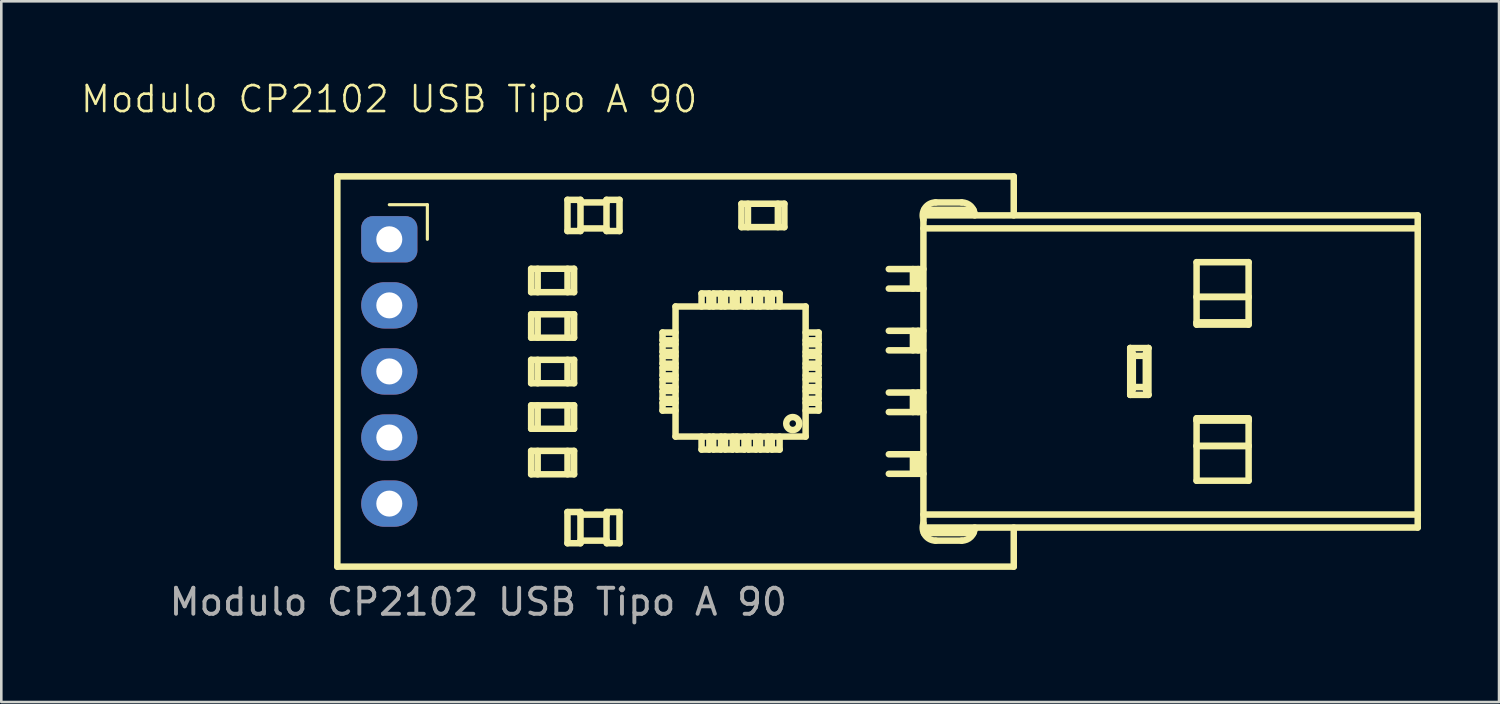
<source format=kicad_pcb>
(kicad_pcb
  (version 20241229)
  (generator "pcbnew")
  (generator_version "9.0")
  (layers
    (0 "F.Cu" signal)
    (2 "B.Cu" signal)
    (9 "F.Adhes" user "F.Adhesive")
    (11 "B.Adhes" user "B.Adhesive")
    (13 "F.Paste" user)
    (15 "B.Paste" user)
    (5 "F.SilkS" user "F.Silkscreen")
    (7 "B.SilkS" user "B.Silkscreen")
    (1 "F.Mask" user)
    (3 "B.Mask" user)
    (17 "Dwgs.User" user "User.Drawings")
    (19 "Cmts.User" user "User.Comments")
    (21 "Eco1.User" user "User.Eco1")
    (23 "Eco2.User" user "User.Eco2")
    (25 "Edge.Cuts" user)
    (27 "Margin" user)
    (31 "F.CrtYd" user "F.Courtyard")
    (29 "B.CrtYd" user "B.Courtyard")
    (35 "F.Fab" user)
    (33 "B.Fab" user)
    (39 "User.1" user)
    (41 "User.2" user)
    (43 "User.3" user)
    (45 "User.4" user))
  (footprint "Modulo CP2102 USB Tipo A 90"
    (layer "F.Cu")
    (at 21.577 1.371)
    (property "Reference" "Modulo CP2102 USB Tipo A 90" (at -9.67 -0.61 0) (unlocked yes) (layer "F.SilkS") (effects (font (size 1 1) (thickness 0.1))))
    (attr through_hole)
    (fp_line (start -11.66 2.36) (end -11.66 17.36) (stroke (width 0.25) (type solid)) (layer "F.SilkS"))
    (fp_line (start -11.66 17.36) (end 14.34 17.36) (stroke (width 0.25) (type solid)) (layer "F.SilkS"))
    (fp_line (start -9.663 3.447) (end -8.2 3.447) (stroke (width 0.12) (type solid)) (layer "F.SilkS"))
    (fp_line (start -8.2 3.447) (end -8.2 4.777) (stroke (width 0.12) (type solid)) (layer "F.SilkS"))
    (fp_line (start -4.21 5.91) (end -4.21 6.81) (stroke (width 0.25) (type solid)) (layer "F.SilkS"))
    (fp_line (start -4.21 7.66) (end -4.21 8.56) (stroke (width 0.25) (type solid)) (layer "F.SilkS"))
    (fp_line (start -4.21 9.41) (end -4.21 10.31) (stroke (width 0.25) (type solid)) (layer "F.SilkS"))
    (fp_line (start -4.21 11.16) (end -4.21 12.06) (stroke (width 0.25) (type solid)) (layer "F.SilkS"))
    (fp_line (start -4.21 12.91) (end -4.21 13.81) (stroke (width 0.25) (type solid)) (layer "F.SilkS"))
    (fp_line (start -3.96 5.91) (end -3.96 6.81) (stroke (width 0.25) (type solid)) (layer "F.SilkS"))
    (fp_line (start -3.96 7.66) (end -3.96 8.56) (stroke (width 0.25) (type solid)) (layer "F.SilkS"))
    (fp_line (start -3.96 9.41) (end -3.96 10.31) (stroke (width 0.25) (type solid)) (layer "F.SilkS"))
    (fp_line (start -3.96 11.16) (end -3.96 12.06) (stroke (width 0.25) (type solid)) (layer "F.SilkS"))
    (fp_line (start -3.96 12.91) (end -3.96 13.81) (stroke (width 0.25) (type solid)) (layer "F.SilkS"))
    (fp_line (start -2.814 3.26) (end -2.814 4.46) (stroke (width 0.25) (type solid)) (layer "F.SilkS"))
    (fp_line (start -2.814 4.46) (end -2.314 4.46) (stroke (width 0.25) (type solid)) (layer "F.SilkS"))
    (fp_line (start -2.814 15.26) (end -2.814 16.46) (stroke (width 0.25) (type solid)) (layer "F.SilkS"))
    (fp_line (start -2.814 16.46) (end -2.314 16.46) (stroke (width 0.25) (type solid)) (layer "F.SilkS"))
    (fp_line (start -2.812 5.91) (end -2.812 6.81) (stroke (width 0.25) (type solid)) (layer "F.SilkS"))
    (fp_line (start -2.812 7.66) (end -2.812 8.56) (stroke (width 0.25) (type solid)) (layer "F.SilkS"))
    (fp_line (start -2.812 9.41) (end -2.812 10.31) (stroke (width 0.25) (type solid)) (layer "F.SilkS"))
    (fp_line (start -2.812 11.16) (end -2.812 12.06) (stroke (width 0.25) (type solid)) (layer "F.SilkS"))
    (fp_line (start -2.812 12.91) (end -2.812 13.81) (stroke (width 0.25) (type solid)) (layer "F.SilkS"))
    (fp_line (start -2.56 5.91) (end -4.21 5.91) (stroke (width 0.25) (type solid)) (layer "F.SilkS"))
    (fp_line (start -2.56 5.91) (end -2.56 6.81) (stroke (width 0.25) (type solid)) (layer "F.SilkS"))
    (fp_line (start -2.56 6.81) (end -4.21 6.81) (stroke (width 0.25) (type solid)) (layer "F.SilkS"))
    (fp_line (start -2.56 7.66) (end -4.21 7.66) (stroke (width 0.25) (type solid)) (layer "F.SilkS"))
    (fp_line (start -2.56 7.66) (end -2.56 8.56) (stroke (width 0.25) (type solid)) (layer "F.SilkS"))
    (fp_line (start -2.56 8.56) (end -4.21 8.56) (stroke (width 0.25) (type solid)) (layer "F.SilkS"))
    (fp_line (start -2.56 9.41) (end -4.21 9.41) (stroke (width 0.25) (type solid)) (layer "F.SilkS"))
    (fp_line (start -2.56 9.41) (end -2.56 10.31) (stroke (width 0.25) (type solid)) (layer "F.SilkS"))
    (fp_line (start -2.56 10.31) (end -4.21 10.31) (stroke (width 0.25) (type solid)) (layer "F.SilkS"))
    (fp_line (start -2.56 11.16) (end -4.21 11.16) (stroke (width 0.25) (type solid)) (layer "F.SilkS"))
    (fp_line (start -2.56 11.16) (end -2.56 12.06) (stroke (width 0.25) (type solid)) (layer "F.SilkS"))
    (fp_line (start -2.56 12.06) (end -4.21 12.06) (stroke (width 0.25) (type solid)) (layer "F.SilkS"))
    (fp_line (start -2.56 12.91) (end -4.21 12.91) (stroke (width 0.25) (type solid)) (layer "F.SilkS"))
    (fp_line (start -2.56 12.91) (end -2.56 13.81) (stroke (width 0.25) (type solid)) (layer "F.SilkS"))
    (fp_line (start -2.56 13.81) (end -4.21 13.81) (stroke (width 0.25) (type solid)) (layer "F.SilkS"))
    (fp_line (start -2.314 3.26) (end -2.814 3.26) (stroke (width 0.25) (type solid)) (layer "F.SilkS"))
    (fp_line (start -2.314 3.26) (end -2.314 4.46) (stroke (width 0.25) (type solid)) (layer "F.SilkS"))
    (fp_line (start -2.314 15.26) (end -2.814 15.26) (stroke (width 0.25) (type solid)) (layer "F.SilkS"))
    (fp_line (start -2.314 15.26) (end -2.314 16.46) (stroke (width 0.25) (type solid)) (layer "F.SilkS"))
    (fp_line (start -1.314 3.26) (end -1.314 4.46) (stroke (width 0.25) (type solid)) (layer "F.SilkS"))
    (fp_line (start -1.314 3.36) (end -2.314 3.36) (stroke (width 0.25) (type solid)) (layer "F.SilkS"))
    (fp_line (start -1.314 4.36) (end -2.314 4.36) (stroke (width 0.25) (type solid)) (layer "F.SilkS"))
    (fp_line (start -1.314 4.46) (end -0.814 4.46) (stroke (width 0.25) (type solid)) (layer "F.SilkS"))
    (fp_line (start -1.314 15.36) (end -1.314 16.36) (stroke (width 0.25) (type solid)) (layer "F.SilkS"))
    (fp_line (start -1.305 15.26) (end -1.305 15.36) (stroke (width 0.25) (type solid)) (layer "F.SilkS"))
    (fp_line (start -1.305 15.36) (end -2.314 15.36) (stroke (width 0.25) (type solid)) (layer "F.SilkS"))
    (fp_line (start -1.305 16.36) (end -2.314 16.36) (stroke (width 0.25) (type solid)) (layer "F.SilkS"))
    (fp_line (start -1.305 16.36) (end -1.305 16.46) (stroke (width 0.25) (type solid)) (layer "F.SilkS"))
    (fp_line (start -1.305 16.46) (end -0.814 16.46) (stroke (width 0.25) (type solid)) (layer "F.SilkS"))
    (fp_line (start -0.814 3.26) (end -1.314 3.26) (stroke (width 0.25) (type solid)) (layer "F.SilkS"))
    (fp_line (start -0.814 3.26) (end -0.814 4.46) (stroke (width 0.25) (type solid)) (layer "F.SilkS"))
    (fp_line (start -0.814 15.26) (end -1.305 15.26) (stroke (width 0.25) (type solid)) (layer "F.SilkS"))
    (fp_line (start -0.814 15.26) (end -0.814 16.46) (stroke (width 0.25) (type solid)) (layer "F.SilkS"))
    (fp_line (start 0.84 8.36) (end 0.84 8.66) (stroke (width 0.25) (type solid)) (layer "F.SilkS"))
    (fp_line (start 0.84 8.66) (end 1.34 8.66) (stroke (width 0.25) (type solid)) (layer "F.SilkS"))
    (fp_line (start 0.84 8.81) (end 0.84 9.11) (stroke (width 0.25) (type solid)) (layer "F.SilkS"))
    (fp_line (start 0.84 9.11) (end 1.34 9.11) (stroke (width 0.25) (type solid)) (layer "F.SilkS"))
    (fp_line (start 0.84 9.26) (end 0.84 9.56) (stroke (width 0.25) (type solid)) (layer "F.SilkS"))
    (fp_line (start 0.84 9.56) (end 1.34 9.56) (stroke (width 0.25) (type solid)) (layer "F.SilkS"))
    (fp_line (start 0.84 9.71) (end 0.84 10.01) (stroke (width 0.25) (type solid)) (layer "F.SilkS"))
    (fp_line (start 0.84 10.01) (end 1.34 10.01) (stroke (width 0.25) (type solid)) (layer "F.SilkS"))
    (fp_line (start 0.84 10.16) (end 0.84 10.46) (stroke (width 0.25) (type solid)) (layer "F.SilkS"))
    (fp_line (start 0.84 10.46) (end 1.34 10.46) (stroke (width 0.25) (type solid)) (layer "F.SilkS"))
    (fp_line (start 0.84 10.61) (end 0.84 10.91) (stroke (width 0.25) (type solid)) (layer "F.SilkS"))
    (fp_line (start 0.84 10.91) (end 1.34 10.91) (stroke (width 0.25) (type solid)) (layer "F.SilkS"))
    (fp_line (start 0.84 11.06) (end 0.84 11.36) (stroke (width 0.25) (type solid)) (layer "F.SilkS"))
    (fp_line (start 0.84 11.36) (end 1.34 11.36) (stroke (width 0.25) (type solid)) (layer "F.SilkS"))
    (fp_line (start 1.34 7.36) (end 1.34 12.36) (stroke (width 0.25) (type solid)) (layer "F.SilkS"))
    (fp_line (start 1.34 8.36) (end 0.84 8.36) (stroke (width 0.25) (type solid)) (layer "F.SilkS"))
    (fp_line (start 1.34 8.81) (end 0.84 8.81) (stroke (width 0.25) (type solid)) (layer "F.SilkS"))
    (fp_line (start 1.34 9.26) (end 0.84 9.26) (stroke (width 0.25) (type solid)) (layer "F.SilkS"))
    (fp_line (start 1.34 9.71) (end 0.84 9.71) (stroke (width 0.25) (type solid)) (layer "F.SilkS"))
    (fp_line (start 1.34 10.16) (end 0.84 10.16) (stroke (width 0.25) (type solid)) (layer "F.SilkS"))
    (fp_line (start 1.34 10.61) (end 0.84 10.61) (stroke (width 0.25) (type solid)) (layer "F.SilkS"))
    (fp_line (start 1.34 11.06) (end 0.84 11.06) (stroke (width 0.25) (type solid)) (layer "F.SilkS"))
    (fp_line (start 1.34 12.36) (end 6.34 12.36) (stroke (width 0.25) (type solid)) (layer "F.SilkS"))
    (fp_line (start 2.34 6.86) (end 2.34 7.36) (stroke (width 0.25) (type solid)) (layer "F.SilkS"))
    (fp_line (start 2.34 12.36) (end 2.34 12.86) (stroke (width 0.25) (type solid)) (layer "F.SilkS"))
    (fp_line (start 2.34 12.86) (end 2.64 12.86) (stroke (width 0.25) (type solid)) (layer "F.SilkS"))
    (fp_line (start 2.64 6.86) (end 2.34 6.86) (stroke (width 0.25) (type solid)) (layer "F.SilkS"))
    (fp_line (start 2.64 7.36) (end 2.64 6.86) (stroke (width 0.25) (type solid)) (layer "F.SilkS"))
    (fp_line (start 2.64 12.86) (end 2.64 12.36) (stroke (width 0.25) (type solid)) (layer "F.SilkS"))
    (fp_line (start 2.79 6.86) (end 2.79 7.36) (stroke (width 0.25) (type solid)) (layer "F.SilkS"))
    (fp_line (start 2.79 12.36) (end 2.79 12.86) (stroke (width 0.25) (type solid)) (layer "F.SilkS"))
    (fp_line (start 2.79 12.86) (end 3.09 12.86) (stroke (width 0.25) (type solid)) (layer "F.SilkS"))
    (fp_line (start 3.09 6.86) (end 2.79 6.86) (stroke (width 0.25) (type solid)) (layer "F.SilkS"))
    (fp_line (start 3.09 7.36) (end 3.09 6.86) (stroke (width 0.25) (type solid)) (layer "F.SilkS"))
    (fp_line (start 3.09 12.86) (end 3.09 12.36) (stroke (width 0.25) (type solid)) (layer "F.SilkS"))
    (fp_line (start 3.24 6.86) (end 3.24 7.36) (stroke (width 0.25) (type solid)) (layer "F.SilkS"))
    (fp_line (start 3.24 12.36) (end 3.24 12.86) (stroke (width 0.25) (type solid)) (layer "F.SilkS"))
    (fp_line (start 3.24 12.86) (end 3.54 12.86) (stroke (width 0.25) (type solid)) (layer "F.SilkS"))
    (fp_line (start 3.54 6.86) (end 3.24 6.86) (stroke (width 0.25) (type solid)) (layer "F.SilkS"))
    (fp_line (start 3.54 7.36) (end 3.54 6.86) (stroke (width 0.25) (type solid)) (layer "F.SilkS"))
    (fp_line (start 3.54 12.86) (end 3.54 12.36) (stroke (width 0.25) (type solid)) (layer "F.SilkS"))
    (fp_line (start 3.69 6.86) (end 3.69 7.36) (stroke (width 0.25) (type solid)) (layer "F.SilkS"))
    (fp_line (start 3.69 12.36) (end 3.69 12.86) (stroke (width 0.25) (type solid)) (layer "F.SilkS"))
    (fp_line (start 3.69 12.86) (end 3.99 12.86) (stroke (width 0.25) (type solid)) (layer "F.SilkS"))
    (fp_line (start 3.873 3.41) (end 3.873 4.31) (stroke (width 0.25) (type solid)) (layer "F.SilkS"))
    (fp_line (start 3.99 6.86) (end 3.69 6.86) (stroke (width 0.25) (type solid)) (layer "F.SilkS"))
    (fp_line (start 3.99 7.36) (end 3.99 6.86) (stroke (width 0.25) (type solid)) (layer "F.SilkS"))
    (fp_line (start 3.99 12.86) (end 3.99 12.36) (stroke (width 0.25) (type solid)) (layer "F.SilkS"))
    (fp_line (start 4.123 3.41) (end 4.123 4.31) (stroke (width 0.25) (type solid)) (layer "F.SilkS"))
    (fp_line (start 4.14 6.86) (end 4.14 7.36) (stroke (width 0.25) (type solid)) (layer "F.SilkS"))
    (fp_line (start 4.14 12.36) (end 4.14 12.86) (stroke (width 0.25) (type solid)) (layer "F.SilkS"))
    (fp_line (start 4.14 12.86) (end 4.44 12.86) (stroke (width 0.25) (type solid)) (layer "F.SilkS"))
    (fp_line (start 4.44 6.86) (end 4.14 6.86) (stroke (width 0.25) (type solid)) (layer "F.SilkS"))
    (fp_line (start 4.44 7.36) (end 4.44 6.86) (stroke (width 0.25) (type solid)) (layer "F.SilkS"))
    (fp_line (start 4.44 12.86) (end 4.44 12.36) (stroke (width 0.25) (type solid)) (layer "F.SilkS"))
    (fp_line (start 4.59 6.86) (end 4.59 7.36) (stroke (width 0.25) (type solid)) (layer "F.SilkS"))
    (fp_line (start 4.59 12.36) (end 4.59 12.86) (stroke (width 0.25) (type solid)) (layer "F.SilkS"))
    (fp_line (start 4.59 12.86) (end 4.89 12.86) (stroke (width 0.25) (type solid)) (layer "F.SilkS"))
    (fp_line (start 4.89 6.86) (end 4.59 6.86) (stroke (width 0.25) (type solid)) (layer "F.SilkS"))
    (fp_line (start 4.89 7.36) (end 4.89 6.86) (stroke (width 0.25) (type solid)) (layer "F.SilkS"))
    (fp_line (start 4.89 12.86) (end 4.89 12.36) (stroke (width 0.25) (type solid)) (layer "F.SilkS"))
    (fp_line (start 5.04 6.86) (end 5.04 7.36) (stroke (width 0.25) (type solid)) (layer "F.SilkS"))
    (fp_line (start 5.04 12.36) (end 5.04 12.86) (stroke (width 0.25) (type solid)) (layer "F.SilkS"))
    (fp_line (start 5.04 12.86) (end 5.34 12.86) (stroke (width 0.25) (type solid)) (layer "F.SilkS"))
    (fp_line (start 5.273 3.41) (end 5.273 4.31) (stroke (width 0.25) (type solid)) (layer "F.SilkS"))
    (fp_line (start 5.34 6.86) (end 5.04 6.86) (stroke (width 0.25) (type solid)) (layer "F.SilkS"))
    (fp_line (start 5.34 7.36) (end 5.34 6.86) (stroke (width 0.25) (type solid)) (layer "F.SilkS"))
    (fp_line (start 5.34 12.86) (end 5.34 12.36) (stroke (width 0.25) (type solid)) (layer "F.SilkS"))
    (fp_line (start 5.523 3.41) (end 3.873 3.41) (stroke (width 0.25) (type solid)) (layer "F.SilkS"))
    (fp_line (start 5.523 3.41) (end 5.523 4.31) (stroke (width 0.25) (type solid)) (layer "F.SilkS"))
    (fp_line (start 5.523 4.31) (end 3.873 4.31) (stroke (width 0.25) (type solid)) (layer "F.SilkS"))
    (fp_line (start 6.34 7.36) (end 1.34 7.36) (stroke (width 0.25) (type solid)) (layer "F.SilkS"))
    (fp_line (start 6.34 8.66) (end 6.84 8.66) (stroke (width 0.25) (type solid)) (layer "F.SilkS"))
    (fp_line (start 6.34 9.11) (end 6.84 9.11) (stroke (width 0.25) (type solid)) (layer "F.SilkS"))
    (fp_line (start 6.34 9.56) (end 6.84 9.56) (stroke (width 0.25) (type solid)) (layer "F.SilkS"))
    (fp_line (start 6.34 10.01) (end 6.84 10.01) (stroke (width 0.25) (type solid)) (layer "F.SilkS"))
    (fp_line (start 6.34 10.46) (end 6.84 10.46) (stroke (width 0.25) (type solid)) (layer "F.SilkS"))
    (fp_line (start 6.34 10.91) (end 6.84 10.91) (stroke (width 0.25) (type solid)) (layer "F.SilkS"))
    (fp_line (start 6.34 11.36) (end 6.84 11.36) (stroke (width 0.25) (type solid)) (layer "F.SilkS"))
    (fp_line (start 6.34 12.36) (end 6.34 7.36) (stroke (width 0.25) (type solid)) (layer "F.SilkS"))
    (fp_line (start 6.84 8.36) (end 6.34 8.36) (stroke (width 0.25) (type solid)) (layer "F.SilkS"))
    (fp_line (start 6.84 8.66) (end 6.84 8.36) (stroke (width 0.25) (type solid)) (layer "F.SilkS"))
    (fp_line (start 6.84 8.81) (end 6.34 8.81) (stroke (width 0.25) (type solid)) (layer "F.SilkS"))
    (fp_line (start 6.84 9.11) (end 6.84 8.81) (stroke (width 0.25) (type solid)) (layer "F.SilkS"))
    (fp_line (start 6.84 9.26) (end 6.34 9.26) (stroke (width 0.25) (type solid)) (layer "F.SilkS"))
    (fp_line (start 6.84 9.56) (end 6.84 9.26) (stroke (width 0.25) (type solid)) (layer "F.SilkS"))
    (fp_line (start 6.84 9.71) (end 6.34 9.71) (stroke (width 0.25) (type solid)) (layer "F.SilkS"))
    (fp_line (start 6.84 10.01) (end 6.84 9.71) (stroke (width 0.25) (type solid)) (layer "F.SilkS"))
    (fp_line (start 6.84 10.16) (end 6.34 10.16) (stroke (width 0.25) (type solid)) (layer "F.SilkS"))
    (fp_line (start 6.84 10.46) (end 6.84 10.16) (stroke (width 0.25) (type solid)) (layer "F.SilkS"))
    (fp_line (start 6.84 10.61) (end 6.34 10.61) (stroke (width 0.25) (type solid)) (layer "F.SilkS"))
    (fp_line (start 6.84 10.91) (end 6.84 10.61) (stroke (width 0.25) (type solid)) (layer "F.SilkS"))
    (fp_line (start 6.84 11.06) (end 6.34 11.06) (stroke (width 0.25) (type solid)) (layer "F.SilkS"))
    (fp_line (start 6.84 11.36) (end 6.84 11.06) (stroke (width 0.25) (type solid)) (layer "F.SilkS"))
    (fp_line (start 9.537 5.922) (end 10.868 5.922) (stroke (width 0.25) (type solid)) (layer "F.SilkS"))
    (fp_line (start 9.538 8.295) (end 10.868 8.295) (stroke (width 0.25) (type solid)) (layer "F.SilkS"))
    (fp_line (start 9.538 9.045) (end 10.868 9.045) (stroke (width 0.25) (type solid)) (layer "F.SilkS"))
    (fp_line (start 9.538 10.668) (end 10.868 10.668) (stroke (width 0.25) (type solid)) (layer "F.SilkS"))
    (fp_line (start 9.538 11.418) (end 10.868 11.418) (stroke (width 0.25) (type solid)) (layer "F.SilkS"))
    (fp_line (start 9.538 13.041) (end 10.868 13.041) (stroke (width 0.25) (type solid)) (layer "F.SilkS"))
    (fp_line (start 10.465 5.922) (end 10.465 6.672) (stroke (width 0.25) (type solid)) (layer "F.SilkS"))
    (fp_line (start 10.465 8.295) (end 10.465 9.045) (stroke (width 0.25) (type solid)) (layer "F.SilkS"))
    (fp_line (start 10.465 10.668) (end 10.465 11.418) (stroke (width 0.25) (type solid)) (layer "F.SilkS"))
    (fp_line (start 10.465 13.041) (end 10.465 13.791) (stroke (width 0.25) (type solid)) (layer "F.SilkS"))
    (fp_line (start 10.666 6.672) (end 10.666 5.922) (stroke (width 0.25) (type solid)) (layer "F.SilkS"))
    (fp_line (start 10.666 9.045) (end 10.666 8.295) (stroke (width 0.25) (type solid)) (layer "F.SilkS"))
    (fp_line (start 10.666 11.418) (end 10.666 10.668) (stroke (width 0.25) (type solid)) (layer "F.SilkS"))
    (fp_line (start 10.666 13.791) (end 10.666 13.041) (stroke (width 0.25) (type solid)) (layer "F.SilkS"))
    (fp_line (start 10.868 3.857) (end 10.868 15.857) (stroke (width 0.25) (type solid)) (layer "F.SilkS"))
    (fp_line (start 10.868 6.672) (end 9.537 6.672) (stroke (width 0.25) (type solid)) (layer "F.SilkS"))
    (fp_line (start 10.868 13.791) (end 9.538 13.791) (stroke (width 0.25) (type solid)) (layer "F.SilkS"))
    (fp_line (start 10.868 15.357) (end 29.868 15.357) (stroke (width 0.25) (type solid)) (layer "F.SilkS"))
    (fp_line (start 10.868 15.857) (end 29.868 15.857) (stroke (width 0.25) (type solid)) (layer "F.SilkS"))
    (fp_line (start 10.868 15.927) (end 12.835 15.927) (stroke (width 0.25) (type solid)) (layer "F.SilkS"))
    (fp_line (start 10.887 16.071) (end 12.787 16.071) (stroke (width 0.25) (type solid)) (layer "F.SilkS"))
    (fp_line (start 11.34 16.36) (end 12.34 16.36) (stroke (width 0.25) (type solid)) (layer "F.SilkS"))
    (fp_line (start 12.34 3.36) (end 11.34 3.36) (stroke (width 0.25) (type solid)) (layer "F.SilkS"))
    (fp_line (start 12.788 3.643) (end 10.897 3.643) (stroke (width 0.25) (type solid)) (layer "F.SilkS"))
    (fp_line (start 12.834 3.786) (end 10.868 3.786) (stroke (width 0.25) (type solid)) (layer "F.SilkS"))
    (fp_line (start 14.34 2.36) (end -11.66 2.36) (stroke (width 0.25) (type solid)) (layer "F.SilkS"))
    (fp_line (start 14.34 3.857) (end 14.34 2.36) (stroke (width 0.25) (type solid)) (layer "F.SilkS"))
    (fp_line (start 14.34 17.36) (end 14.34 15.857) (stroke (width 0.25) (type solid)) (layer "F.SilkS"))
    (fp_line (start 18.817 8.957) (end 19.517 8.957) (stroke (width 0.25) (type solid)) (layer "F.SilkS"))
    (fp_line (start 18.817 10.757) (end 18.817 8.957) (stroke (width 0.25) (type solid)) (layer "F.SilkS"))
    (fp_line (start 18.917 9.257) (end 19.417 9.257) (stroke (width 0.25) (type solid)) (layer "F.SilkS"))
    (fp_line (start 18.917 10.533) (end 18.917 9.18) (stroke (width 0.25) (type solid)) (layer "F.SilkS"))
    (fp_line (start 19.417 9.18) (end 19.417 10.533) (stroke (width 0.25) (type solid)) (layer "F.SilkS"))
    (fp_line (start 19.417 10.457) (end 18.917 10.457) (stroke (width 0.25) (type solid)) (layer "F.SilkS"))
    (fp_line (start 19.517 8.957) (end 19.517 10.757) (stroke (width 0.25) (type solid)) (layer "F.SilkS"))
    (fp_line (start 19.517 10.757) (end 18.817 10.757) (stroke (width 0.25) (type solid)) (layer "F.SilkS"))
    (fp_line (start 21.368 5.657) (end 23.368 5.657) (stroke (width 0.25) (type solid)) (layer "F.SilkS"))
    (fp_line (start 21.368 6.987) (end 23.368 6.987) (stroke (width 0.25) (type solid)) (layer "F.SilkS"))
    (fp_line (start 21.368 7.97) (end 23.368 7.97) (stroke (width 0.25) (type solid)) (layer "F.SilkS"))
    (fp_line (start 21.368 8.057) (end 21.368 5.657) (stroke (width 0.25) (type solid)) (layer "F.SilkS"))
    (fp_line (start 21.368 11.657) (end 23.368 11.657) (stroke (width 0.25) (type solid)) (layer "F.SilkS"))
    (fp_line (start 21.368 11.733) (end 23.368 11.733) (stroke (width 0.25) (type solid)) (layer "F.SilkS"))
    (fp_line (start 21.368 12.716) (end 23.368 12.716) (stroke (width 0.25) (type solid)) (layer "F.SilkS"))
    (fp_line (start 21.368 14.057) (end 21.368 11.657) (stroke (width 0.25) (type solid)) (layer "F.SilkS"))
    (fp_line (start 23.368 5.657) (end 23.368 8.057) (stroke (width 0.25) (type solid)) (layer "F.SilkS"))
    (fp_line (start 23.368 6.997) (end 21.368 6.997) (stroke (width 0.25) (type solid)) (layer "F.SilkS"))
    (fp_line (start 23.368 7.98) (end 21.368 7.98) (stroke (width 0.25) (type solid)) (layer "F.SilkS"))
    (fp_line (start 23.368 8.057) (end 21.368 8.057) (stroke (width 0.25) (type solid)) (layer "F.SilkS"))
    (fp_line (start 23.368 11.657) (end 23.368 14.057) (stroke (width 0.25) (type solid)) (layer "F.SilkS"))
    (fp_line (start 23.368 11.743) (end 21.368 11.743) (stroke (width 0.25) (type solid)) (layer "F.SilkS"))
    (fp_line (start 23.368 12.726) (end 21.368 12.726) (stroke (width 0.25) (type solid)) (layer "F.SilkS"))
    (fp_line (start 23.368 14.057) (end 21.368 14.057) (stroke (width 0.25) (type solid)) (layer "F.SilkS"))
    (fp_line (start 29.868 3.857) (end 10.868 3.857) (stroke (width 0.25) (type solid)) (layer "F.SilkS"))
    (fp_line (start 29.868 4.357) (end 10.868 4.357) (stroke (width 0.25) (type solid)) (layer "F.SilkS"))
    (fp_line (start 29.868 15.857) (end 29.868 3.857) (stroke (width 0.25) (type solid)) (layer "F.SilkS"))
    (fp_arc (start 10.868445 4.02624) (mid 10.931875 3.571135) (end 11.34 3.36) (stroke (width 0.25) (type solid)) (layer "F.SilkS"))
    (fp_arc (start 11.34 16.36) (mid 10.931843 16.148888) (end 10.868445 15.69376) (stroke (width 0.25) (type solid)) (layer "F.SilkS"))
    (fp_arc (start 12.34 3.36) (mid 12.6924 3.505254) (end 12.839989 3.856683) (stroke (width 0.25) (type solid)) (layer "F.SilkS"))
    (fp_arc (start 12.839989 15.856683) (mid 12.694705 16.21236) (end 12.34 16.36) (stroke (width 0.25) (type solid)) (layer "F.SilkS"))
    (fp_circle (center 5.845 11.86) (end 5.595 11.86) (stroke (width 0.25) (type solid)) (fill no) (layer "F.SilkS"))
    (fp_curve (pts (xy 10.868 3.786) (xy 10.868 3.832) (xy 10.868 3.857) (xy 10.868 3.857)) (stroke (width 0.25) (type solid)) (layer "F.SilkS"))
    (fp_curve (pts (xy 10.868 15.857) (xy 10.868 15.857) (xy 10.868 15.881) (xy 10.868 15.927)) (stroke (width 0.25) (type solid)) (layer "F.SilkS"))
    (fp_curve (pts (xy 18.882 9.074) (xy 18.863 9.035) (xy 18.84 8.996) (xy 18.817 8.957)) (stroke (width 0.25) (type solid)) (layer "F.SilkS"))
    (fp_curve (pts (xy 18.882 10.639) (xy 18.863 10.677) (xy 18.84 10.717) (xy 18.817 10.757)) (stroke (width 0.25) (type solid)) (layer "F.SilkS"))
    (fp_curve (pts (xy 18.917 9.18) (xy 18.917 9.149) (xy 18.901 9.112) (xy 18.882 9.074)) (stroke (width 0.25) (type solid)) (layer "F.SilkS"))
    (fp_curve (pts (xy 18.917 10.533) (xy 18.917 10.564) (xy 18.901 10.601) (xy 18.882 10.639)) (stroke (width 0.25) (type solid)) (layer "F.SilkS"))
    (fp_curve (pts (xy 19.417 9.18) (xy 19.417 9.15) (xy 19.433 9.112) (xy 19.452 9.074)) (stroke (width 0.25) (type solid)) (layer "F.SilkS"))
    (fp_curve (pts (xy 19.417 10.533) (xy 19.417 10.564) (xy 19.433 10.601) (xy 19.452 10.639)) (stroke (width 0.25) (type solid)) (layer "F.SilkS"))
    (fp_curve (pts (xy 19.452 9.074) (xy 19.471 9.036) (xy 19.495 8.996) (xy 19.517 8.957)) (stroke (width 0.25) (type solid)) (layer "F.SilkS"))
    (fp_curve (pts (xy 19.452 10.639) (xy 19.471 10.677) (xy 19.495 10.717) (xy 19.517 10.757)) (stroke (width 0.25) (type solid)) (layer "F.SilkS"))
    (fp_text user "${REFERENCE}" (at -6.243 18.717 0) (unlocked yes) (layer "F.Fab") (effects (font (size 1 1) (thickness 0.15))))
    (pad "1" thru_hole oval (at -9.663 14.937) (size 2.159 1.778) (drill 1) (layers "*.Cu" "*.Mask"))
    (pad "2" thru_hole oval (at -9.663 12.397) (size 2.159 1.778) (drill 1) (layers "*.Cu" "*.Mask"))
    (pad "3" thru_hole oval (at -9.663 9.857) (size 2.159 1.778) (drill 1) (layers "*.Cu" "*.Mask"))
    (pad "4" thru_hole oval (at -9.663 7.317) (size 2.159 1.778) (drill 1) (layers "*.Cu" "*.Mask"))
    (pad "5" thru_hole roundrect (at -9.663 4.777) (size 2.159 1.778) (drill 1) (layers "*.Cu" "*.Mask") (roundrect_rratio 0.25)))
  (gr_rect
    (start -3 -3)
    (end 54.571 23.935)
    (stroke (width 0.1) (type default))
    (fill no)
    (layer "Edge.Cuts")))
</source>
